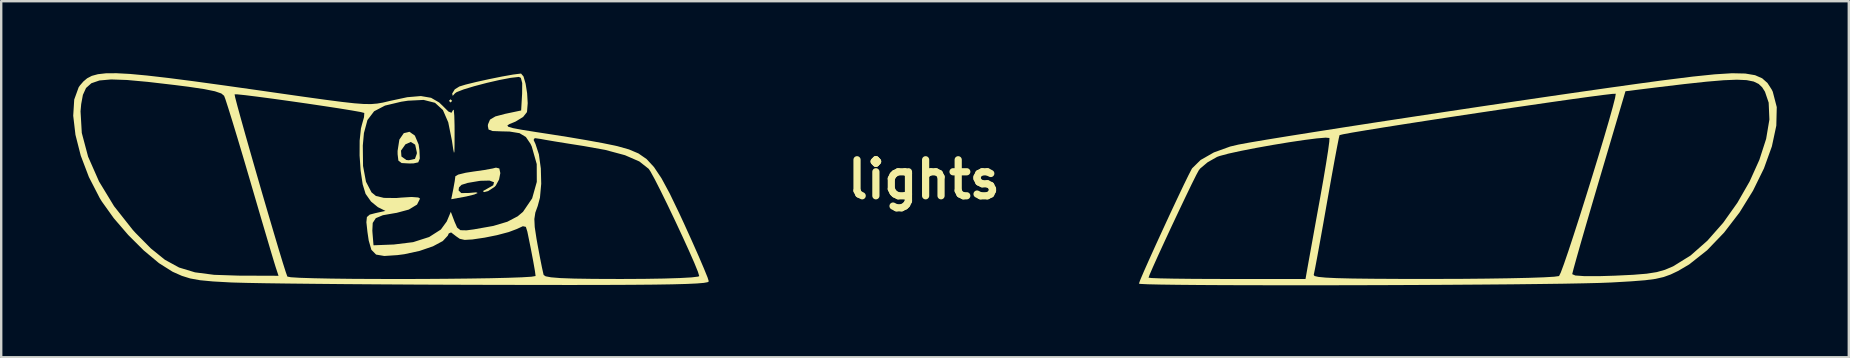
<source format=kicad_pcb>
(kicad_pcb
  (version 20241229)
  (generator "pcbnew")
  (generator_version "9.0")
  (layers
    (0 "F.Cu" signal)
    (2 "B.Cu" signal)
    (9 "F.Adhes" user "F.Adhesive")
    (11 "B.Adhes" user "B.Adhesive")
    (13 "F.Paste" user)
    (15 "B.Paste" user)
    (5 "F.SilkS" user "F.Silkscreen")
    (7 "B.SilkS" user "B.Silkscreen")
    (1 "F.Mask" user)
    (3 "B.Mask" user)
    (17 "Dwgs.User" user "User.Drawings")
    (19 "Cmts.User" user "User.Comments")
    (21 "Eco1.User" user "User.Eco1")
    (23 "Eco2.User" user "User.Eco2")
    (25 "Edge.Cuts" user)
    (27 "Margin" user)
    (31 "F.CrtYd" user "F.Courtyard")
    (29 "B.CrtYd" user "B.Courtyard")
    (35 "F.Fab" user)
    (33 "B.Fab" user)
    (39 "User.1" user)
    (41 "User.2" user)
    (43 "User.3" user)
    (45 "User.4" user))
  (footprint "lights"
    (layer "F.Cu")
    (at 35.436 4.427)
    (property "Reference" "lights" (at 0 0 0) (layer "F.SilkS") (effects (font (size 1.5 1.5) (thickness 0.3))))
    (attr board_only exclude_from_pos_files exclude_from_bom)
    (fp_poly (pts (xy -19.652 -3.275) (xy -19.718 -3.208) (xy -19.785 -3.275) (xy -19.718 -3.342)) (stroke (width 0) (type solid)) (fill yes) (layer "F.SilkS"))
    (fp_poly (pts (xy -21.205 -1.829) (xy -21.047 -1.456) (xy -21.014 -1.223) (xy -20.999 -0.873) (xy -21.063 -0.714) (xy -21.265 -0.67) (xy -21.449 -0.668) (xy -21.756 -0.685) (xy -21.891 -0.787) (xy -21.923 -1.054) (xy -21.924 -1.187) (xy -21.922 -1.203) (xy -21.782 -1.203) (xy -21.764 -0.958) (xy -21.561 -0.813) (xy -21.456 -0.802) (xy -21.201 -0.858) (xy -21.123 -1.075) (xy -21.122 -1.128) (xy -21.192 -1.451) (xy -21.374 -1.564) (xy -21.596 -1.466) (xy -21.782 -1.203) (xy -21.922 -1.203) (xy -21.85 -1.663) (xy -21.666 -1.93) (xy -21.431 -1.987)) (stroke (width 0) (type solid)) (fill yes) (layer "F.SilkS"))
    (fp_poly (pts (xy -17.686 -0.46) (xy -17.645 -0.266) (xy -17.696 -0.000284) (xy -17.833 0.252) (xy -17.891 0.313) (xy -18.154 0.483) (xy -18.325 0.526) (xy -18.368 0.482) (xy -18.214 0.397) (xy -17.94 0.241) (xy -17.907 0.116) (xy -18.093 0.045) (xy -18.471 0.054) (xy -18.549 0.065) (xy -19.008 0.143) (xy -19.261 0.223) (xy -19.367 0.331) (xy -19.384 0.453) (xy -19.272 0.566) (xy -18.95 0.561) (xy -18.652 0.535) (xy -18.588 0.563) (xy -18.732 0.626) (xy -19.062 0.707) (xy -19.169 0.727) (xy -19.689 0.821) (xy -19.603 0.394) (xy -19.544 0.068) (xy -19.518 -0.131) (xy -19.518 -0.135) (xy -19.397 -0.205) (xy -19.085 -0.281) (xy -18.762 -0.331) (xy -18.314 -0.395) (xy -17.962 -0.459) (xy -17.826 -0.494)) (stroke (width 0) (type solid)) (fill yes) (layer "F.SilkS"))
    (fp_poly (pts (xy 34.214 -4.414) (xy 34.623 -4.345) (xy 34.921 -4.214) (xy 35.141 -4.018) (xy 35.312 -3.753) (xy 35.36 -3.657) (xy 35.527 -3.015) (xy 35.508 -2.242) (xy 35.323 -1.378) (xy 34.993 -0.462) (xy 34.537 0.467) (xy 33.978 1.371) (xy 33.334 2.21) (xy 32.627 2.946) (xy 31.877 3.539) (xy 31.412 3.812) (xy 31.107 3.957) (xy 30.813 4.063) (xy 30.476 4.14) (xy 30.041 4.197) (xy 29.452 4.243) (xy 28.653 4.289) (xy 28.608 4.291) (xy 28.144 4.309) (xy 27.474 4.325) (xy 26.623 4.341) (xy 25.616 4.354) (xy 24.478 4.367) (xy 23.236 4.377) (xy 21.913 4.386) (xy 20.536 4.394) (xy 19.13 4.4) (xy 17.72 4.404) (xy 16.331 4.406) (xy 14.989 4.406) (xy 13.719 4.404) (xy 12.546 4.401) (xy 11.495 4.395) (xy 10.593 4.387) (xy 9.863 4.377) (xy 9.332 4.365) (xy 9.025 4.35) (xy 8.957 4.338) (xy 9.011 4.188) (xy 9.052 4.09) (xy 9.358 4.09) (xy 9.486 4.105) (xy 9.844 4.119) (xy 10.398 4.13) (xy 11.111 4.138) (xy 11.946 4.143) (xy 12.627 4.144) (xy 15.896 4.144) (xy 15.926 3.977) (xy 16.238 3.977) (xy 16.276 4.022) (xy 16.435 4.058) (xy 16.737 4.087) (xy 17.201 4.109) (xy 17.848 4.125) (xy 18.699 4.135) (xy 19.774 4.141) (xy 21.094 4.142) (xy 21.227 4.142) (xy 22.367 4.139) (xy 23.428 4.129) (xy 24.377 4.115) (xy 25.185 4.097) (xy 25.821 4.075) (xy 26.254 4.05) (xy 26.453 4.023) (xy 26.459 4.02) (xy 26.496 3.944) (xy 27.007 3.944) (xy 27.136 3.999) (xy 27.517 4.026) (xy 28.137 4.026) (xy 28.775 4.007) (xy 29.544 3.97) (xy 30.107 3.924) (xy 30.528 3.858) (xy 30.868 3.762) (xy 31.189 3.626) (xy 31.215 3.614) (xy 31.937 3.166) (xy 32.636 2.55) (xy 33.293 1.805) (xy 33.887 0.969) (xy 34.397 0.081) (xy 34.802 -0.818) (xy 35.084 -1.691) (xy 35.22 -2.498) (xy 35.19 -3.201) (xy 35.036 -3.655) (xy 34.92 -3.839) (xy 34.773 -3.98) (xy 34.567 -4.08) (xy 34.274 -4.139) (xy 33.866 -4.157) (xy 33.315 -4.135) (xy 32.594 -4.074) (xy 31.675 -3.975) (xy 30.529 -3.838) (xy 30.021 -3.775) (xy 29.224 -3.676) (xy 28.117 0.067) (xy 27.835 1.025) (xy 27.579 1.901) (xy 27.359 2.662) (xy 27.185 3.276) (xy 27.065 3.709) (xy 27.01 3.926) (xy 27.007 3.944) (xy 26.496 3.944) (xy 26.529 3.877) (xy 26.662 3.519) (xy 26.846 2.983) (xy 27.068 2.309) (xy 27.317 1.537) (xy 27.58 0.703) (xy 27.846 -0.152) (xy 28.103 -0.991) (xy 28.338 -1.773) (xy 28.539 -2.461) (xy 28.694 -3.015) (xy 28.792 -3.397) (xy 28.82 -3.568) (xy 28.818 -3.572) (xy 28.68 -3.566) (xy 28.311 -3.523) (xy 27.744 -3.449) (xy 27.012 -3.348) (xy 26.147 -3.225) (xy 25.183 -3.085) (xy 24.152 -2.934) (xy 23.087 -2.775) (xy 22.022 -2.615) (xy 20.989 -2.457) (xy 20.022 -2.307) (xy 19.152 -2.17) (xy 18.414 -2.05) (xy 17.84 -1.954) (xy 17.462 -1.884) (xy 17.315 -1.848) (xy 17.314 -1.847) (xy 17.281 -1.709) (xy 17.209 -1.346) (xy 17.106 -0.798) (xy 16.98 -0.103) (xy 16.837 0.699) (xy 16.783 1.003) (xy 16.635 1.843) (xy 16.499 2.599) (xy 16.384 3.229) (xy 16.297 3.692) (xy 16.245 3.946) (xy 16.238 3.977) (xy 15.926 3.977) (xy 15.973 3.71) (xy 16.021 3.442) (xy 16.108 2.961) (xy 16.224 2.319) (xy 16.36 1.565) (xy 16.499 0.802) (xy 16.637 0.024) (xy 16.752 -0.66) (xy 16.838 -1.208) (xy 16.887 -1.578) (xy 16.894 -1.728) (xy 16.894 -1.729) (xy 16.735 -1.743) (xy 16.366 -1.712) (xy 15.84 -1.645) (xy 15.209 -1.551) (xy 14.526 -1.438) (xy 13.843 -1.316) (xy 13.213 -1.193) (xy 12.686 -1.078) (xy 12.318 -0.979) (xy 12.212 -0.941) (xy 11.819 -0.718) (xy 11.512 -0.46) (xy 11.449 -0.38) (xy 11.343 -0.184) (xy 11.154 0.195) (xy 10.906 0.709) (xy 10.62 1.31) (xy 10.318 1.951) (xy 10.024 2.584) (xy 9.758 3.163) (xy 9.544 3.639) (xy 9.403 3.964) (xy 9.358 4.09) (xy 9.052 4.09) (xy 9.158 3.842) (xy 9.378 3.347) (xy 9.648 2.749) (xy 9.949 2.093) (xy 10.257 1.426) (xy 10.554 0.794) (xy 10.816 0.243) (xy 11.023 -0.181) (xy 11.153 -0.432) (xy 11.172 -0.464) (xy 11.526 -0.812) (xy 12.078 -1.127) (xy 12.758 -1.373) (xy 13.101 -1.454) (xy 13.575 -1.541) (xy 14.283 -1.661) (xy 15.194 -1.809) (xy 16.276 -1.981) (xy 17.498 -2.173) (xy 18.831 -2.379) (xy 20.241 -2.594) (xy 21.7 -2.815) (xy 23.174 -3.037) (xy 24.635 -3.254) (xy 26.049 -3.462) (xy 27.387 -3.656) (xy 28.618 -3.832) (xy 29.71 -3.985) (xy 30.632 -4.111) (xy 30.865 -4.141) (xy 32.02 -4.286) (xy 32.943 -4.381) (xy 33.664 -4.426)) (stroke (width 0) (type solid)) (fill yes) (layer "F.SilkS"))
    (fp_poly (pts (xy -33.07 -4.397) (xy -32.36 -4.331) (xy -31.482 -4.23) (xy -30.413 -4.092) (xy -29.133 -3.916) (xy -27.62 -3.702) (xy -26.897 -3.598) (xy -25.795 -3.441) (xy -24.922 -3.32) (xy -24.244 -3.232) (xy -23.725 -3.174) (xy -23.33 -3.145) (xy -23.024 -3.142) (xy -22.772 -3.163) (xy -22.539 -3.203) (xy -22.29 -3.262) (xy -22.276 -3.266) (xy -21.519 -3.428) (xy -20.954 -3.476) (xy -20.529 -3.403) (xy -20.192 -3.208) (xy -20.05 -3.072) (xy -19.807 -2.831) (xy -19.68 -2.778) (xy -19.614 -2.892) (xy -19.611 -2.905) (xy -19.583 -2.891) (xy -19.562 -2.656) (xy -19.551 -2.244) (xy -19.55 -2.005) (xy -19.551 -1.462) (xy -19.557 -1.169) (xy -19.574 -1.108) (xy -19.607 -1.263) (xy -19.66 -1.617) (xy -19.663 -1.634) (xy -19.814 -2.382) (xy -20.036 -2.893) (xy -20.366 -3.195) (xy -20.84 -3.315) (xy -21.495 -3.282) (xy -21.776 -3.239) (xy -22.448 -3.079) (xy -22.902 -2.842) (xy -23.18 -2.476) (xy -23.326 -1.934) (xy -23.373 -1.414) (xy -23.363 -0.562) (xy -23.24 0.095) (xy -23.011 0.535) (xy -22.827 0.686) (xy -22.494 0.766) (xy -21.982 0.772) (xy -21.768 0.754) (xy -21.342 0.728) (xy -21.062 0.749) (xy -20.988 0.795) (xy -21.114 1.045) (xy -21.456 1.253) (xy -21.966 1.39) (xy -22.027 1.399) (xy -22.537 1.488) (xy -22.831 1.61) (xy -22.96 1.809) (xy -22.976 2.131) (xy -22.97 2.219) (xy -22.927 2.741) (xy -22.078 2.708) (xy -21.276 2.61) (xy -20.609 2.396) (xy -20.121 2.084) (xy -19.876 1.748) (xy -19.707 1.347) (xy -19.551 1.759) (xy -19.443 2.004) (xy -19.305 2.112) (xy -19.052 2.118) (xy -18.755 2.079) (xy -17.947 1.936) (xy -17.353 1.76) (xy -16.921 1.533) (xy -16.7 1.347) (xy -16.319 0.787) (xy -16.125 0.1) (xy -16.128 -0.643) (xy -16.335 -1.373) (xy -16.389 -1.488) (xy -16.498 -1.649) (xy -16.259 -1.649) (xy -16.179 -1.477) (xy -16.038 -1.045) (xy -15.957 -0.458) (xy -15.941 0.177) (xy -15.993 0.755) (xy -16.086 1.102) (xy -16.186 1.379) (xy -16.227 1.646) (xy -16.211 1.983) (xy -16.137 2.47) (xy -16.095 2.706) (xy -15.996 3.235) (xy -15.909 3.671) (xy -15.849 3.939) (xy -15.839 3.977) (xy -15.756 4.033) (xy -15.531 4.075) (xy -15.141 4.107) (xy -14.56 4.128) (xy -13.765 4.14) (xy -12.73 4.144) (xy -12.571 4.144) (xy -11.644 4.139) (xy -10.831 4.126) (xy -10.164 4.105) (xy -9.678 4.078) (xy -9.405 4.045) (xy -9.358 4.024) (xy -9.414 3.841) (xy -9.566 3.468) (xy -9.792 2.955) (xy -10.068 2.35) (xy -10.371 1.702) (xy -10.678 1.06) (xy -10.965 0.475) (xy -11.21 -0.006) (xy -11.39 -0.333) (xy -11.463 -0.443) (xy -11.855 -0.752) (xy -12.452 -1.012) (xy -13.275 -1.233) (xy -14.171 -1.394) (xy -14.796 -1.492) (xy -15.359 -1.583) (xy -15.784 -1.655) (xy -15.954 -1.687) (xy -16.211 -1.724) (xy -16.259 -1.649) (xy -16.498 -1.649) (xy -16.581 -1.771) (xy -16.846 -1.93) (xy -17.258 -1.997) (xy -17.6 -2.005) (xy -17.968 -2.019) (xy -18.135 -2.082) (xy -18.165 -2.23) (xy -18.157 -2.299) (xy -18.074 -2.494) (xy -17.851 -2.627) (xy -17.446 -2.734) (xy -16.777 -2.875) (xy -16.737 -3.576) (xy -16.733 -4.017) (xy -16.79 -4.234) (xy -16.871 -4.273) (xy -17.214 -4.234) (xy -17.686 -4.144) (xy -18.217 -4.022) (xy -18.737 -3.885) (xy -19.175 -3.752) (xy -19.462 -3.64) (xy -19.533 -3.59) (xy -19.628 -3.485) (xy -19.65 -3.579) (xy -19.542 -3.755) (xy -19.351 -3.874) (xy -19.086 -3.955) (xy -18.646 -4.063) (xy -18.115 -4.18) (xy -17.576 -4.289) (xy -17.114 -4.371) (xy -16.812 -4.41) (xy -16.78 -4.412) (xy -16.679 -4.292) (xy -16.591 -3.99) (xy -16.528 -3.591) (xy -16.504 -3.178) (xy -16.531 -2.838) (xy -16.54 -2.801) (xy -16.696 -2.605) (xy -17.006 -2.415) (xy -17.09 -2.379) (xy -17.269 -2.307) (xy -17.353 -2.249) (xy -17.311 -2.196) (xy -17.114 -2.139) (xy -16.732 -2.068) (xy -16.136 -1.973) (xy -15.574 -1.887) (xy -14.794 -1.764) (xy -14.036 -1.635) (xy -13.372 -1.514) (xy -12.877 -1.413) (xy -12.767 -1.388) (xy -12.287 -1.253) (xy -11.892 -1.086) (xy -11.553 -0.852) (xy -11.243 -0.517) (xy -10.93 -0.049) (xy -10.587 0.586) (xy -10.184 1.423) (xy -10.003 1.813) (xy -9.674 2.538) (xy -9.387 3.185) (xy -9.161 3.713) (xy -9.012 4.08) (xy -8.96 4.244) (xy -9.01 4.278) (xy -9.171 4.307) (xy -9.458 4.331) (xy -9.889 4.351) (xy -10.478 4.367) (xy -11.241 4.379) (xy -12.195 4.387) (xy -13.353 4.392) (xy -14.733 4.394) (xy -16.35 4.392) (xy -18.081 4.389) (xy -19.672 4.384) (xy -21.225 4.377) (xy -22.713 4.368) (xy -24.108 4.358) (xy -25.383 4.346) (xy -26.51 4.334) (xy -27.464 4.321) (xy -28.215 4.307) (xy -28.737 4.293) (xy -28.876 4.288) (xy -29.614 4.247) (xy -30.153 4.196) (xy -30.563 4.122) (xy -30.91 4.014) (xy -31.265 3.857) (xy -31.301 3.84) (xy -31.863 3.485) (xy -32.497 2.956) (xy -33.144 2.312) (xy -33.746 1.613) (xy -34.244 0.917) (xy -34.332 0.774) (xy -34.783 -0.102) (xy -35.123 -0.996) (xy -35.343 -1.862) (xy -35.436 -2.656) (xy -35.425 -2.84) (xy -35.131 -2.84) (xy -35.079 -1.939) (xy -34.816 -0.95) (xy -34.361 0.082) (xy -33.735 1.112) (xy -32.959 2.095) (xy -32.841 2.225) (xy -32.201 2.872) (xy -31.617 3.344) (xy -31.026 3.667) (xy -30.363 3.868) (xy -29.567 3.971) (xy -28.572 4.004) (xy -28.515 4.005) (xy -26.884 4.011) (xy -27.005 3.643) (xy -27.075 3.416) (xy -27.208 2.973) (xy -27.392 2.351) (xy -27.617 1.59) (xy -27.869 0.729) (xy -28.082 0) (xy -28.347 -0.901) (xy -28.593 -1.724) (xy -28.808 -2.432) (xy -28.981 -2.987) (xy -29.1 -3.354) (xy -29.151 -3.487) (xy -29.224 -3.548) (xy -28.714 -3.548) (xy -28.689 -3.416) (xy -28.598 -3.066) (xy -28.453 -2.538) (xy -28.266 -1.87) (xy -28.047 -1.101) (xy -27.808 -0.269) (xy -27.561 0.586) (xy -27.315 1.426) (xy -27.083 2.212) (xy -26.877 2.905) (xy -26.706 3.466) (xy -26.582 3.857) (xy -26.517 4.039) (xy -26.515 4.044) (xy -26.37 4.072) (xy -25.995 4.095) (xy -25.426 4.113) (xy -24.697 4.128) (xy -23.843 4.138) (xy -22.9 4.143) (xy -21.903 4.145) (xy -20.886 4.143) (xy -19.885 4.136) (xy -18.935 4.126) (xy -18.072 4.113) (xy -17.329 4.095) (xy -16.743 4.074) (xy -16.348 4.05) (xy -16.179 4.022) (xy -16.176 4.017) (xy -16.202 3.816) (xy -16.272 3.418) (xy -16.373 2.886) (xy -16.495 2.286) (xy -16.519 2.17) (xy -16.581 1.973) (xy -16.704 1.946) (xy -16.968 2.067) (xy -17.296 2.19) (xy -17.783 2.319) (xy -18.302 2.423) (xy -18.811 2.498) (xy -19.132 2.516) (xy -19.336 2.47) (xy -19.497 2.358) (xy -19.502 2.353) (xy -19.695 2.205) (xy -19.792 2.247) (xy -19.834 2.341) (xy -20.041 2.564) (xy -20.452 2.784) (xy -21.006 2.974) (xy -21.641 3.112) (xy -21.932 3.15) (xy -22.478 3.186) (xy -22.82 3.128) (xy -23.016 2.928) (xy -23.127 2.542) (xy -23.18 2.184) (xy -23.224 1.779) (xy -23.202 1.564) (xy -23.083 1.462) (xy -22.849 1.401) (xy -22.43 1.309) (xy -22.745 1.152) (xy -23.03 0.919) (xy -23.257 0.598) (xy -23.378 0.203) (xy -23.463 -0.362) (xy -23.507 -1.002) (xy -23.504 -1.621) (xy -23.451 -2.124) (xy -23.408 -2.292) (xy -23.323 -2.594) (xy -23.311 -2.766) (xy -23.316 -2.773) (xy -23.46 -2.81) (xy -23.819 -2.874) (xy -24.345 -2.96) (xy -24.988 -3.058) (xy -25.7 -3.164) (xy -26.434 -3.269) (xy -27.139 -3.367) (xy -27.768 -3.45) (xy -28.273 -3.513) (xy -28.604 -3.547) (xy -28.714 -3.548) (xy -29.224 -3.548) (xy -29.268 -3.584) (xy -29.535 -3.675) (xy -29.981 -3.766) (xy -30.641 -3.864) (xy -31.219 -3.937) (xy -32.324 -4.066) (xy -33.193 -4.145) (xy -33.856 -4.168) (xy -34.343 -4.125) (xy -34.681 -4.009) (xy -34.902 -3.812) (xy -35.033 -3.525) (xy -35.104 -3.14) (xy -35.131 -2.84) (xy -35.425 -2.84) (xy -35.394 -3.331) (xy -35.209 -3.841) (xy -35.153 -3.921) (xy -35.013 -4.083) (xy -34.857 -4.215) (xy -34.662 -4.317) (xy -34.408 -4.386) (xy -34.073 -4.424) (xy -33.634 -4.427)) (stroke (width 0) (type solid)) (fill yes) (layer "F.SilkS")))
  (gr_rect
    (start -3 -3)
    (end 73.964 11.833)
    (stroke (width 0.1) (type default))
    (fill no)
    (layer "Edge.Cuts")))
</source>
